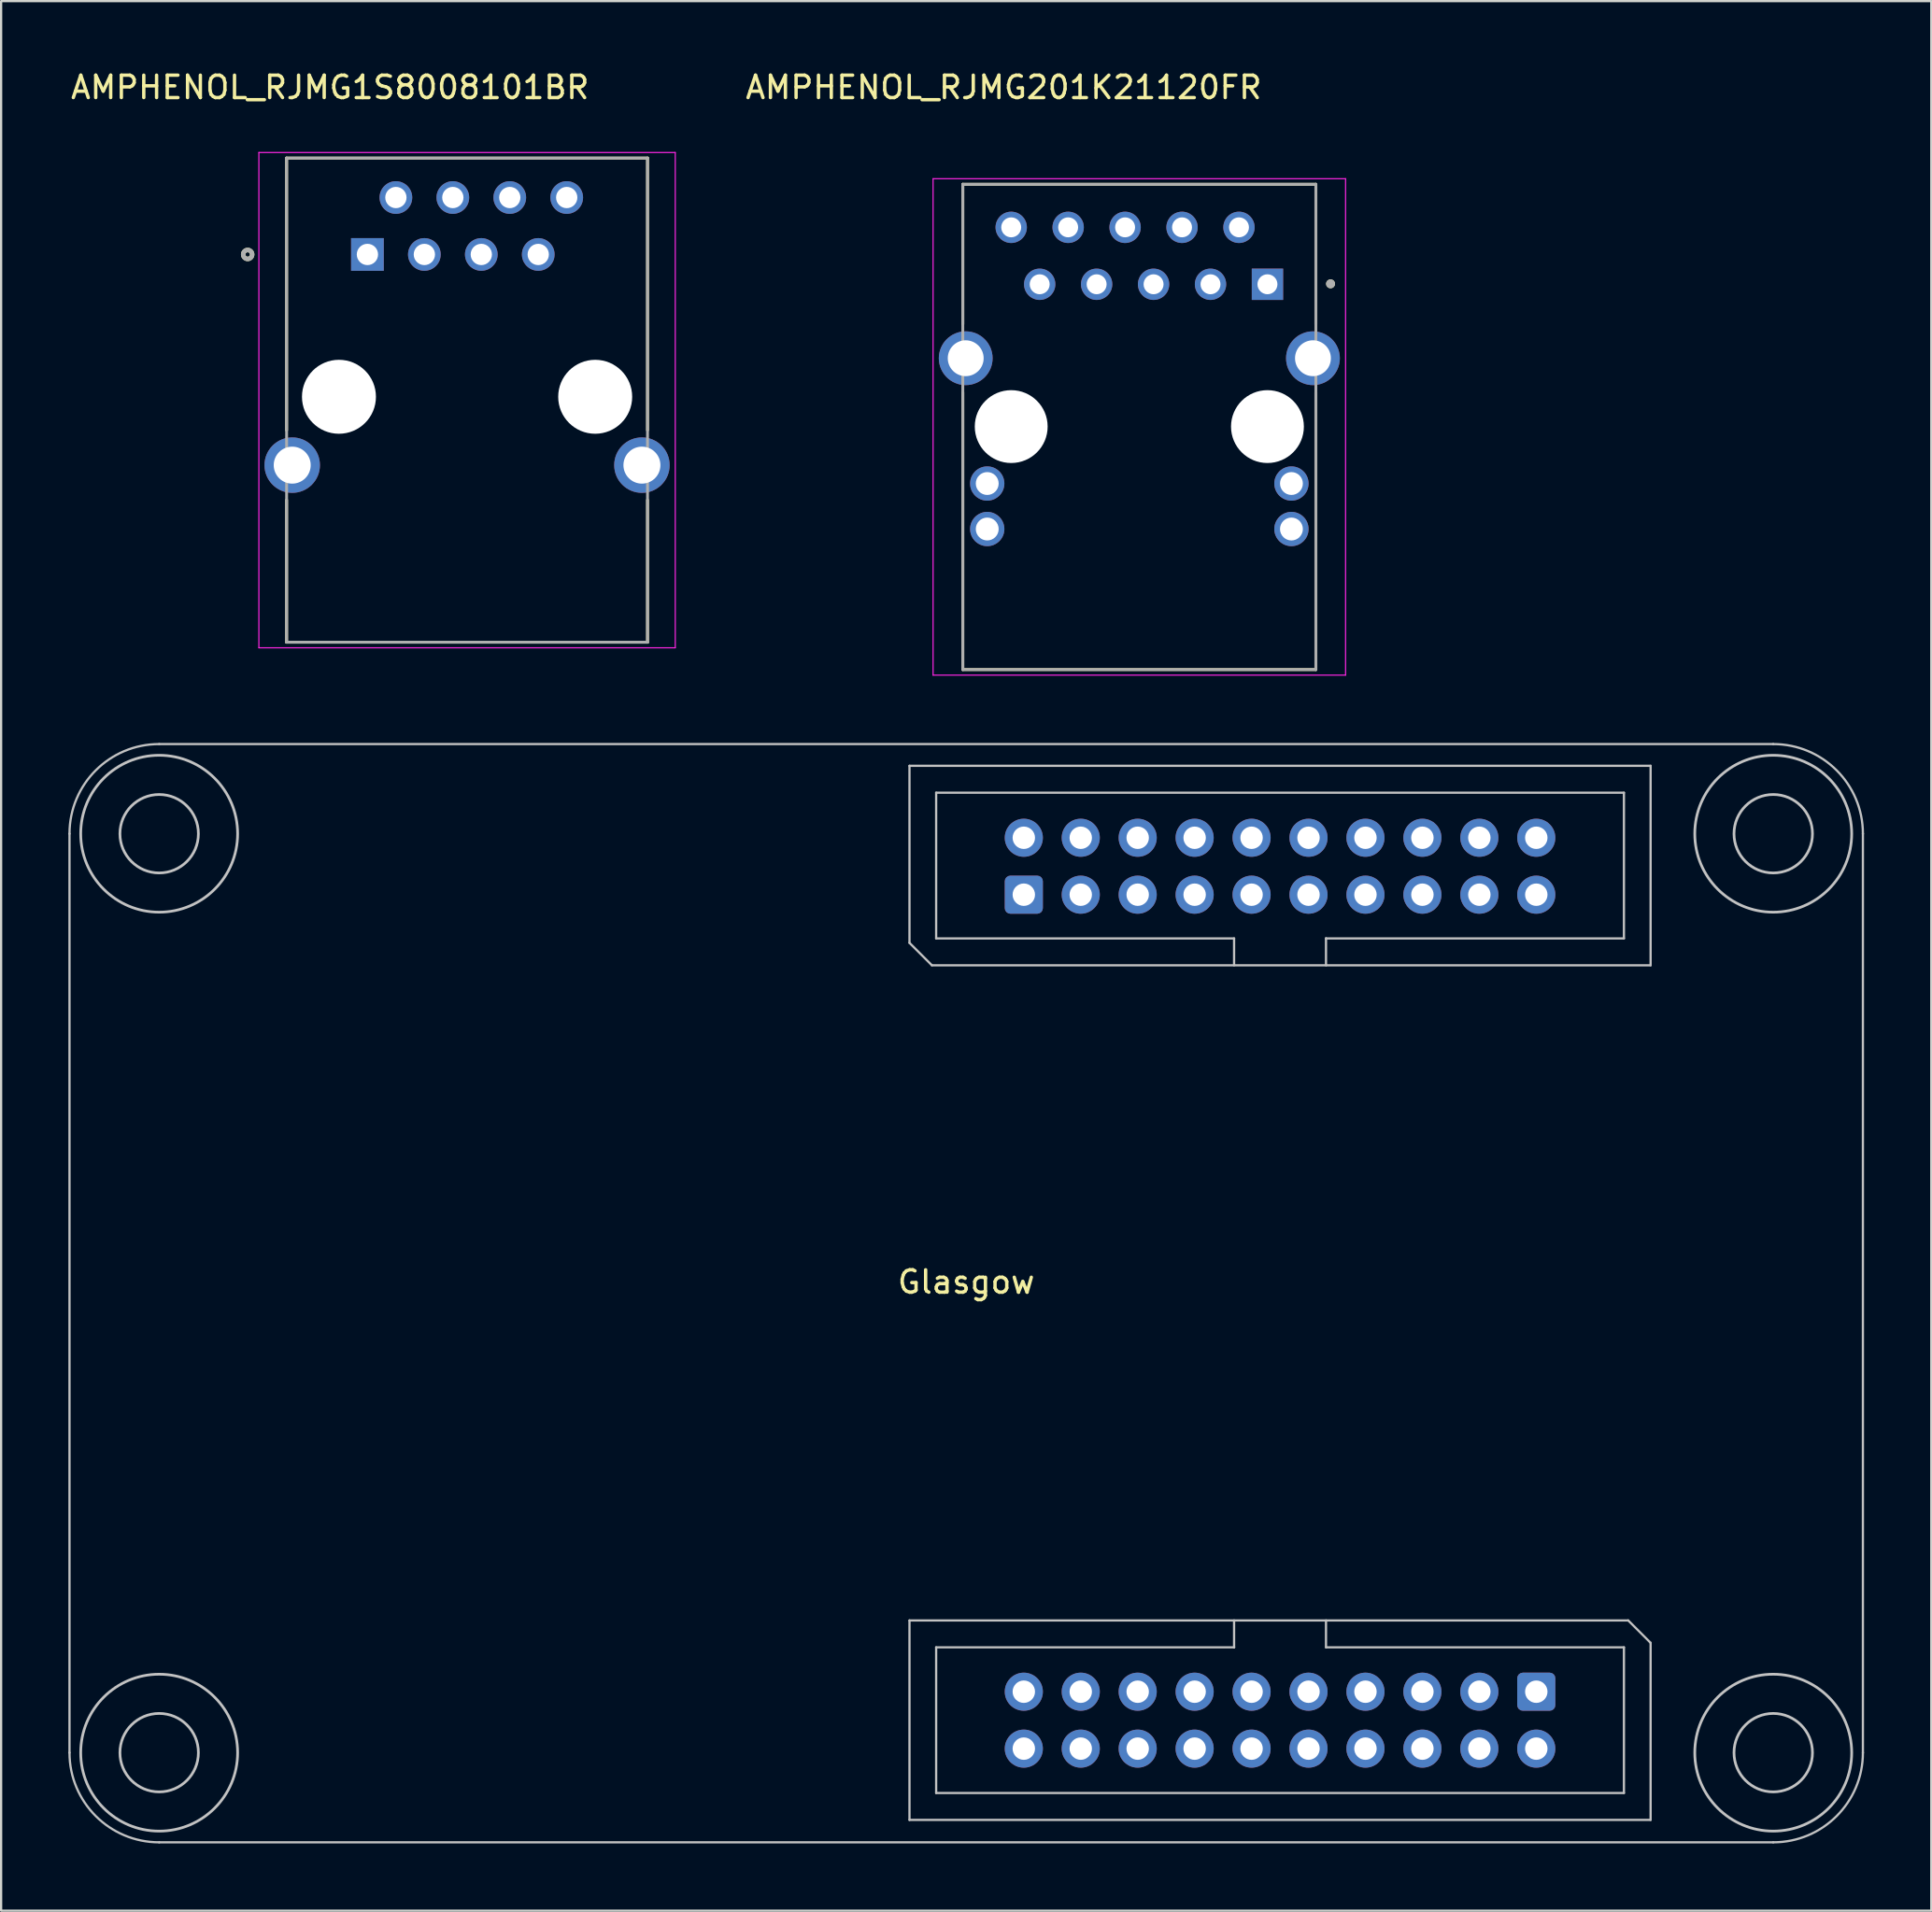
<source format=kicad_pcb>
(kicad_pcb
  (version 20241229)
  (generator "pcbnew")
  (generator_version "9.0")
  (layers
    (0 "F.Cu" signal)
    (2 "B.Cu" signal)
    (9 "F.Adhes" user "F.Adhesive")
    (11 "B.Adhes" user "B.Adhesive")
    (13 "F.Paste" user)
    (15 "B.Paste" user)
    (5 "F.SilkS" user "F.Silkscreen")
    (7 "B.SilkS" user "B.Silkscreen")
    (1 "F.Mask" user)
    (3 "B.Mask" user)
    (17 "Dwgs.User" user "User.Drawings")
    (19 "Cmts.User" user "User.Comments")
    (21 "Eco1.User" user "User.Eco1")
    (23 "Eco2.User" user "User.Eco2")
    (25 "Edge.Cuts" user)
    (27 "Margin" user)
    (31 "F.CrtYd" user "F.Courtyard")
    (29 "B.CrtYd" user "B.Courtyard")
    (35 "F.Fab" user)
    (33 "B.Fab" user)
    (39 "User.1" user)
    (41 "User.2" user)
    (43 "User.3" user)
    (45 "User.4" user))
  (footprint "AMPHENOL_RJMG201K21120FR"
    (layer "F.Cu")
    (at 47.773 15.983)
    (property "Reference" "AMPHENOL_RJMG201K21120FR" (at -6.05 -15.135 0) (layer "F.SilkS") (effects (font (size 1 1) (thickness 0.15))))
    (attr through_hole)
    (fp_line (start -7.875 -10.81) (end 7.875 -10.81) (stroke (width 0.127) (type solid)) (layer "F.SilkS"))
    (fp_line (start -7.875 -4.57) (end -7.875 -10.81) (stroke (width 0.127) (type solid)) (layer "F.SilkS"))
    (fp_line (start -7.875 10.84) (end -7.875 -1.53) (stroke (width 0.127) (type solid)) (layer "F.SilkS"))
    (fp_line (start 7.875 -10.81) (end 7.875 -4.57) (stroke (width 0.127) (type solid)) (layer "F.SilkS"))
    (fp_line (start 7.875 10.84) (end -7.875 10.84) (stroke (width 0.127) (type solid)) (layer "F.SilkS"))
    (fp_line (start 7.875 10.84) (end 7.875 -1.53) (stroke (width 0.127) (type solid)) (layer "F.SilkS"))
    (fp_circle (center 8.53 -6.37) (end 8.63 -6.37) (stroke (width 0.2) (type solid)) (fill no) (layer "F.SilkS"))
    (fp_line (start -9.2 -11.06) (end -9.2 11.09) (stroke (width 0.05) (type solid)) (layer "F.CrtYd"))
    (fp_line (start -9.2 11.09) (end 9.2 11.09) (stroke (width 0.05) (type solid)) (layer "F.CrtYd"))
    (fp_line (start 9.2 -11.06) (end -9.2 -11.06) (stroke (width 0.05) (type solid)) (layer "F.CrtYd"))
    (fp_line (start 9.2 11.09) (end 9.2 -11.06) (stroke (width 0.05) (type solid)) (layer "F.CrtYd"))
    (fp_line (start -7.875 -10.81) (end 7.875 -10.81) (stroke (width 0.127) (type solid)) (layer "F.Fab"))
    (fp_line (start -7.875 10.84) (end -7.875 -10.81) (stroke (width 0.127) (type solid)) (layer "F.Fab"))
    (fp_line (start 7.875 -10.81) (end 7.875 10.84) (stroke (width 0.127) (type solid)) (layer "F.Fab"))
    (fp_line (start 7.875 10.84) (end -7.875 10.84) (stroke (width 0.127) (type solid)) (layer "F.Fab"))
    (fp_circle (center 8.53 -6.37) (end 8.63 -6.37) (stroke (width 0.2) (type solid)) (fill no) (layer "F.Fab"))
    (pad "" np_thru_hole circle (at -5.715 0) (size 3.25 3.25) (drill 3.25) (layers "*.Cu" "*.Mask"))
    (pad "" np_thru_hole circle (at 5.715 0) (size 3.25 3.25) (drill 3.25) (layers "*.Cu" "*.Mask"))
    (pad "1" thru_hole rect (at 5.715 -6.35) (size 1.398 1.398) (drill 0.89) (layers "*.Cu" "*.Mask"))
    (pad "2" thru_hole circle (at 4.445 -8.89) (size 1.398 1.398) (drill 0.89) (layers "*.Cu" "*.Mask"))
    (pad "3" thru_hole circle (at 3.175 -6.35) (size 1.398 1.398) (drill 0.89) (layers "*.Cu" "*.Mask"))
    (pad "4" thru_hole circle (at 1.905 -8.89) (size 1.398 1.398) (drill 0.89) (layers "*.Cu" "*.Mask"))
    (pad "5" thru_hole circle (at 0.635 -6.35) (size 1.398 1.398) (drill 0.89) (layers "*.Cu" "*.Mask"))
    (pad "6" thru_hole circle (at -0.635 -8.89) (size 1.398 1.398) (drill 0.89) (layers "*.Cu" "*.Mask"))
    (pad "7" thru_hole circle (at -1.905 -6.35) (size 1.398 1.398) (drill 0.89) (layers "*.Cu" "*.Mask"))
    (pad "8" thru_hole circle (at -3.175 -8.89) (size 1.398 1.398) (drill 0.89) (layers "*.Cu" "*.Mask"))
    (pad "9" thru_hole circle (at -4.445 -6.35) (size 1.398 1.398) (drill 0.89) (layers "*.Cu" "*.Mask"))
    (pad "10" thru_hole circle (at -5.715 -8.89) (size 1.398 1.398) (drill 0.89) (layers "*.Cu" "*.Mask"))
    (pad "L1" thru_hole circle (at -6.785 4.57) (size 1.53 1.53) (drill 1.02) (layers "*.Cu" "*.Mask"))
    (pad "L2" thru_hole circle (at -6.785 2.54) (size 1.53 1.53) (drill 1.02) (layers "*.Cu" "*.Mask"))
    (pad "L3" thru_hole circle (at 6.785 4.57) (size 1.53 1.53) (drill 1.02) (layers "*.Cu" "*.Mask"))
    (pad "L4" thru_hole circle (at 6.785 2.54) (size 1.53 1.53) (drill 1.02) (layers "*.Cu" "*.Mask"))
    (pad "SH" thru_hole circle (at -7.745 -3.05) (size 2.4 2.4) (drill 1.6) (layers "*.Cu" "*.Mask"))
    (pad "SH" thru_hole circle (at 7.745 -3.05) (size 2.4 2.4) (drill 1.6) (layers "*.Cu" "*.Mask")))
  (footprint "Glasgow"
    (layer "F.Cu")
    (at 40.05 54.648)
    (property "Reference" "Glasgow" (at 0 -0.5 0) (unlocked yes) (layer "F.SilkS") (effects (font (size 1 1) (thickness 0.15))))
    (fp_line (start -40 20.5) (end -40 -20.5) (stroke (width 0.1) (type solid)) (layer "Dwgs.User"))
    (fp_line (start -36 -24.5) (end 36 -24.5) (stroke (width 0.1) (type solid)) (layer "Dwgs.User"))
    (fp_line (start -2.53 -23.53) (end 30.53 -23.53) (stroke (width 0.1) (type solid)) (layer "Dwgs.User"))
    (fp_line (start -2.53 -15.63) (end -2.53 -23.53) (stroke (width 0.1) (type solid)) (layer "Dwgs.User"))
    (fp_line (start -2.53 14.6) (end 29.53 14.6) (stroke (width 0.1) (type solid)) (layer "Dwgs.User"))
    (fp_line (start -2.53 23.5) (end -2.53 14.6) (stroke (width 0.1) (type solid)) (layer "Dwgs.User"))
    (fp_line (start -1.53 -14.63) (end -2.53 -15.63) (stroke (width 0.1) (type solid)) (layer "Dwgs.User"))
    (fp_line (start -1.34 -22.33) (end 29.34 -22.33) (stroke (width 0.1) (type solid)) (layer "Dwgs.User"))
    (fp_line (start -1.34 -15.83) (end -1.34 -22.33) (stroke (width 0.1) (type solid)) (layer "Dwgs.User"))
    (fp_line (start -1.34 15.8) (end 11.95 15.8) (stroke (width 0.1) (type solid)) (layer "Dwgs.User"))
    (fp_line (start -1.34 22.3) (end -1.34 15.8) (stroke (width 0.1) (type solid)) (layer "Dwgs.User"))
    (fp_line (start 11.95 -15.83) (end -1.34 -15.83) (stroke (width 0.1) (type solid)) (layer "Dwgs.User"))
    (fp_line (start 11.95 -14.63) (end 11.95 -15.83) (stroke (width 0.1) (type solid)) (layer "Dwgs.User"))
    (fp_line (start 11.95 15.8) (end 11.95 14.6) (stroke (width 0.1) (type solid)) (layer "Dwgs.User"))
    (fp_line (start 16.05 -15.83) (end 16.05 -14.63) (stroke (width 0.1) (type solid)) (layer "Dwgs.User"))
    (fp_line (start 16.05 14.6) (end 16.05 15.8) (stroke (width 0.1) (type solid)) (layer "Dwgs.User"))
    (fp_line (start 16.05 15.8) (end 29.34 15.8) (stroke (width 0.1) (type solid)) (layer "Dwgs.User"))
    (fp_line (start 29.34 -22.33) (end 29.34 -15.83) (stroke (width 0.1) (type solid)) (layer "Dwgs.User"))
    (fp_line (start 29.34 -15.83) (end 16.05 -15.83) (stroke (width 0.1) (type solid)) (layer "Dwgs.User"))
    (fp_line (start 29.34 15.8) (end 29.34 22.3) (stroke (width 0.1) (type solid)) (layer "Dwgs.User"))
    (fp_line (start 29.34 22.3) (end -1.34 22.3) (stroke (width 0.1) (type solid)) (layer "Dwgs.User"))
    (fp_line (start 29.53 14.6) (end 30.53 15.6) (stroke (width 0.1) (type solid)) (layer "Dwgs.User"))
    (fp_line (start 30.53 -23.53) (end 30.53 -14.63) (stroke (width 0.1) (type solid)) (layer "Dwgs.User"))
    (fp_line (start 30.53 -14.63) (end -1.53 -14.63) (stroke (width 0.1) (type solid)) (layer "Dwgs.User"))
    (fp_line (start 30.53 15.6) (end 30.53 23.5) (stroke (width 0.1) (type solid)) (layer "Dwgs.User"))
    (fp_line (start 30.53 23.5) (end -2.53 23.5) (stroke (width 0.1) (type solid)) (layer "Dwgs.User"))
    (fp_line (start 36 24.5) (end -36 24.5) (stroke (width 0.1) (type solid)) (layer "Dwgs.User"))
    (fp_line (start 40 -20.5) (end 40 20.5) (stroke (width 0.1) (type solid)) (layer "Dwgs.User"))
    (fp_arc (start -40 -20.5) (mid -38.828427 -23.328427) (end -36 -24.5) (stroke (width 0.1) (type solid)) (layer "Dwgs.User"))
    (fp_arc (start -36 24.5) (mid -38.828427 23.328427) (end -40 20.5) (stroke (width 0.1) (type solid)) (layer "Dwgs.User"))
    (fp_arc (start 36 -24.5) (mid 38.828427 -23.328427) (end 40 -20.5) (stroke (width 0.1) (type solid)) (layer "Dwgs.User"))
    (fp_arc (start 40 20.5) (mid 38.828427 23.328427) (end 36 24.5) (stroke (width 0.1) (type solid)) (layer "Dwgs.User"))
    (fp_circle (center -36 -20.5) (end -34.25 -20.5) (stroke (width 0.12) (type default)) (fill no) (layer "Dwgs.User"))
    (fp_circle (center -36 -20.5) (end -32.5 -20.5) (stroke (width 0.12) (type default)) (fill no) (layer "Dwgs.User"))
    (fp_circle (center -36 20.5) (end -34.25 20.5) (stroke (width 0.12) (type default)) (fill no) (layer "Dwgs.User"))
    (fp_circle (center -36 20.5) (end -32.5 20.5) (stroke (width 0.12) (type default)) (fill no) (layer "Dwgs.User"))
    (fp_circle (center 36 -20.5) (end 37.75 -20.5) (stroke (width 0.12) (type default)) (fill no) (layer "Dwgs.User"))
    (fp_circle (center 36 -20.5) (end 39.5 -20.5) (stroke (width 0.12) (type default)) (fill no) (layer "Dwgs.User"))
    (fp_circle (center 36 20.5) (end 37.75 20.5) (stroke (width 0.12) (type default)) (fill no) (layer "Dwgs.User"))
    (fp_circle (center 36 20.5) (end 39.5 20.5) (stroke (width 0.12) (type default)) (fill no) (layer "Dwgs.User"))
    (fp_line (start 11.95 15.8) (end 11.95 15.8) (stroke (width 0.1) (type solid)) (layer "F.Fab"))
    (fp_line (start 16.05 -15.83) (end 16.05 -15.83) (stroke (width 0.1) (type solid)) (layer "F.Fab"))
    (pad "A0" thru_hole circle (at 5.11 -17.78 90) (size 1.7 1.7) (drill 1) (layers "*.Cu" "*.Mask"))
    (pad "A0G" thru_hole circle (at 5.11 -20.32 90) (size 1.7 1.7) (drill 1) (layers "*.Cu" "*.Mask"))
    (pad "A1" thru_hole circle (at 7.65 -17.78 90) (size 1.7 1.7) (drill 1) (layers "*.Cu" "*.Mask"))
    (pad "A1G" thru_hole circle (at 7.65 -20.32 90) (size 1.7 1.7) (drill 1) (layers "*.Cu" "*.Mask"))
    (pad "A2" thru_hole circle (at 10.19 -17.78 90) (size 1.7 1.7) (drill 1) (layers "*.Cu" "*.Mask"))
    (pad "A2G" thru_hole circle (at 10.19 -20.32 90) (size 1.7 1.7) (drill 1) (layers "*.Cu" "*.Mask"))
    (pad "A3" thru_hole circle (at 12.73 -17.78 90) (size 1.7 1.7) (drill 1) (layers "*.Cu" "*.Mask"))
    (pad "A3G" thru_hole circle (at 12.73 -20.32 90) (size 1.7 1.7) (drill 1) (layers "*.Cu" "*.Mask"))
    (pad "A4" thru_hole circle (at 15.27 -17.78 90) (size 1.7 1.7) (drill 1) (layers "*.Cu" "*.Mask"))
    (pad "A4G" thru_hole circle (at 15.27 -20.32 90) (size 1.7 1.7) (drill 1) (layers "*.Cu" "*.Mask"))
    (pad "A5" thru_hole circle (at 17.81 -17.78 90) (size 1.7 1.7) (drill 1) (layers "*.Cu" "*.Mask"))
    (pad "A5G" thru_hole circle (at 17.81 -20.32 90) (size 1.7 1.7) (drill 1) (layers "*.Cu" "*.Mask"))
    (pad "A6" thru_hole circle (at 20.35 -17.78 90) (size 1.7 1.7) (drill 1) (layers "*.Cu" "*.Mask"))
    (pad "A6G" thru_hole circle (at 20.35 -20.32 90) (size 1.7 1.7) (drill 1) (layers "*.Cu" "*.Mask"))
    (pad "A7" thru_hole circle (at 22.89 -17.78 90) (size 1.7 1.7) (drill 1) (layers "*.Cu" "*.Mask"))
    (pad "A7G" thru_hole circle (at 22.89 -20.32 90) (size 1.7 1.7) (drill 1) (layers "*.Cu" "*.Mask"))
    (pad "AS" thru_hole roundrect (at 2.57 -17.78 90) (size 1.7 1.7) (drill 1) (layers "*.Cu" "*.Mask") (roundrect_rratio 0.147))
    (pad "AV" thru_hole circle (at 2.57 -20.32 90) (size 1.7 1.7) (drill 1) (layers "*.Cu" "*.Mask"))
    (pad "AX" thru_hole circle (at 25.43 -17.78 90) (size 1.7 1.7) (drill 1) (layers "*.Cu" "*.Mask"))
    (pad "AXG" thru_hole circle (at 25.43 -20.32 90) (size 1.7 1.7) (drill 1) (layers "*.Cu" "*.Mask"))
    (pad "B0" thru_hole circle (at 22.89 17.78 270) (size 1.7 1.7) (drill 1) (layers "*.Cu" "*.Mask"))
    (pad "B0G" thru_hole circle (at 22.89 20.32 270) (size 1.7 1.7) (drill 1) (layers "*.Cu" "*.Mask"))
    (pad "B1" thru_hole circle (at 20.35 17.78 270) (size 1.7 1.7) (drill 1) (layers "*.Cu" "*.Mask"))
    (pad "B1G" thru_hole circle (at 20.35 20.32 270) (size 1.7 1.7) (drill 1) (layers "*.Cu" "*.Mask"))
    (pad "B2" thru_hole circle (at 17.81 17.78 270) (size 1.7 1.7) (drill 1) (layers "*.Cu" "*.Mask"))
    (pad "B2G" thru_hole circle (at 17.81 20.32 270) (size 1.7 1.7) (drill 1) (layers "*.Cu" "*.Mask"))
    (pad "B3" thru_hole circle (at 15.27 17.78 270) (size 1.7 1.7) (drill 1) (layers "*.Cu" "*.Mask"))
    (pad "B3G" thru_hole circle (at 15.27 20.32 270) (size 1.7 1.7) (drill 1) (layers "*.Cu" "*.Mask"))
    (pad "B4" thru_hole circle (at 12.73 17.78 270) (size 1.7 1.7) (drill 1) (layers "*.Cu" "*.Mask"))
    (pad "B4G" thru_hole circle (at 12.73 20.32 270) (size 1.7 1.7) (drill 1) (layers "*.Cu" "*.Mask"))
    (pad "B5" thru_hole circle (at 10.19 17.78 270) (size 1.7 1.7) (drill 1) (layers "*.Cu" "*.Mask"))
    (pad "B5G" thru_hole circle (at 10.19 20.32 270) (size 1.7 1.7) (drill 1) (layers "*.Cu" "*.Mask"))
    (pad "B6" thru_hole circle (at 7.65 17.78 270) (size 1.7 1.7) (drill 1) (layers "*.Cu" "*.Mask"))
    (pad "B6G" thru_hole circle (at 7.65 20.32 270) (size 1.7 1.7) (drill 1) (layers "*.Cu" "*.Mask"))
    (pad "B7" thru_hole circle (at 5.11 17.78 270) (size 1.7 1.7) (drill 1) (layers "*.Cu" "*.Mask"))
    (pad "B7G" thru_hole circle (at 5.11 20.32 270) (size 1.7 1.7) (drill 1) (layers "*.Cu" "*.Mask"))
    (pad "BS" thru_hole roundrect (at 25.43 17.78 270) (size 1.7 1.7) (drill 1) (layers "*.Cu" "*.Mask") (roundrect_rratio 0.147))
    (pad "BV" thru_hole circle (at 25.43 20.32 270) (size 1.7 1.7) (drill 1) (layers "*.Cu" "*.Mask"))
    (pad "BX" thru_hole circle (at 2.57 17.78 270) (size 1.7 1.7) (drill 1) (layers "*.Cu" "*.Mask"))
    (pad "BXG" thru_hole circle (at 2.57 20.32 270) (size 1.7 1.7) (drill 1) (layers "*.Cu" "*.Mask")))
  (footprint "AMPHENOL_RJMG1S8008101BR"
    (layer "F.Cu")
    (at 17.785 14.653)
    (property "Reference" "AMPHENOL_RJMG1S8008101BR" (at -6.112 -13.805 0) (layer "F.SilkS") (effects (font (size 1 1) (thickness 0.15))))
    (attr through_hole)
    (fp_line (start -8.05 -10.65) (end 8.05 -10.65) (stroke (width 0.127) (type solid)) (layer "F.SilkS"))
    (fp_line (start -8.05 1.492) (end -8.05 -10.65) (stroke (width 0.127) (type solid)) (layer "F.SilkS"))
    (fp_line (start -8.05 10.95) (end -8.05 4.607) (stroke (width 0.127) (type solid)) (layer "F.SilkS"))
    (fp_line (start 8.05 -10.65) (end 8.05 1.492) (stroke (width 0.127) (type solid)) (layer "F.SilkS"))
    (fp_line (start 8.05 10.95) (end -8.05 10.95) (stroke (width 0.127) (type solid)) (layer "F.SilkS"))
    (fp_line (start 8.05 10.95) (end 8.05 4.607) (stroke (width 0.127) (type solid)) (layer "F.SilkS"))
    (fp_circle (center -9.787 -6.35) (end -9.688 -6.35) (stroke (width 0.2) (type solid)) (fill no) (layer "F.SilkS"))
    (fp_line (start -9.287 -10.9) (end -9.287 11.2) (stroke (width 0.05) (type solid)) (layer "F.CrtYd"))
    (fp_line (start -9.287 11.2) (end 9.287 11.2) (stroke (width 0.05) (type solid)) (layer "F.CrtYd"))
    (fp_line (start 9.287 -10.9) (end -9.287 -10.9) (stroke (width 0.05) (type solid)) (layer "F.CrtYd"))
    (fp_line (start 9.287 11.2) (end 9.287 -10.9) (stroke (width 0.05) (type solid)) (layer "F.CrtYd"))
    (fp_line (start -8.05 -10.65) (end 8.05 -10.65) (stroke (width 0.127) (type solid)) (layer "F.Fab"))
    (fp_line (start -8.05 10.95) (end -8.05 -10.65) (stroke (width 0.127) (type solid)) (layer "F.Fab"))
    (fp_line (start 8.05 -10.65) (end 8.05 10.95) (stroke (width 0.127) (type solid)) (layer "F.Fab"))
    (fp_line (start 8.05 10.95) (end -8.05 10.95) (stroke (width 0.127) (type solid)) (layer "F.Fab"))
    (fp_circle (center -9.787 -6.35) (end -9.688 -6.35) (stroke (width 0.2) (type solid)) (fill no) (layer "F.Fab"))
    (pad "" np_thru_hole circle (at -5.715 0) (size 3.3 3.3) (drill 3.3) (layers "*.Cu" "*.Mask"))
    (pad "" np_thru_hole circle (at 5.715 0) (size 3.3 3.3) (drill 3.3) (layers "*.Cu" "*.Mask"))
    (pad "1" thru_hole rect (at -4.445 -6.35) (size 1.458 1.458) (drill 0.95) (layers "*.Cu" "*.Mask"))
    (pad "2" thru_hole circle (at -3.175 -8.89) (size 1.458 1.458) (drill 0.95) (layers "*.Cu" "*.Mask"))
    (pad "3" thru_hole circle (at -1.905 -6.35) (size 1.458 1.458) (drill 0.95) (layers "*.Cu" "*.Mask"))
    (pad "4" thru_hole circle (at -0.635 -8.89) (size 1.458 1.458) (drill 0.95) (layers "*.Cu" "*.Mask"))
    (pad "5" thru_hole circle (at 0.635 -6.35) (size 1.458 1.458) (drill 0.95) (layers "*.Cu" "*.Mask"))
    (pad "6" thru_hole circle (at 1.905 -8.89) (size 1.458 1.458) (drill 0.95) (layers "*.Cu" "*.Mask"))
    (pad "7" thru_hole circle (at 3.175 -6.35) (size 1.458 1.458) (drill 0.95) (layers "*.Cu" "*.Mask"))
    (pad "8" thru_hole circle (at 4.445 -8.89) (size 1.458 1.458) (drill 0.95) (layers "*.Cu" "*.Mask"))
    (pad "SH" thru_hole circle (at -7.8 3.05) (size 2.475 2.475) (drill 1.65) (layers "*.Cu" "*.Mask"))
    (pad "SH" thru_hole circle (at 7.8 3.05) (size 2.475 2.475) (drill 1.65) (layers "*.Cu" "*.Mask")))
  (gr_rect
    (start -3 -3)
    (end 83.1 82.198)
    (stroke (width 0.1) (type default))
    (fill no)
    (layer "Edge.Cuts")))
</source>
